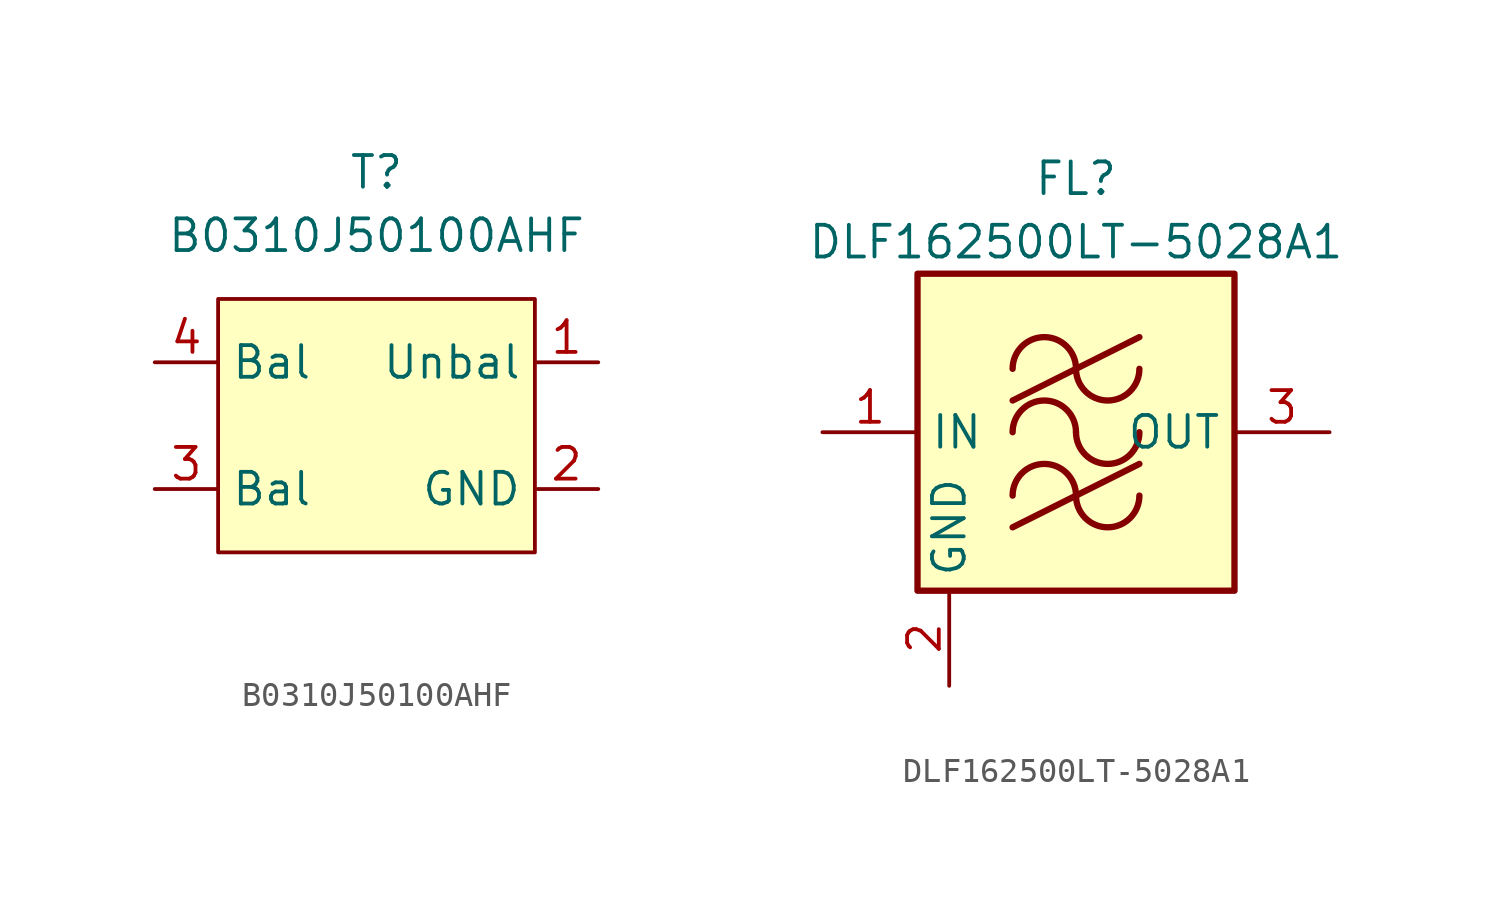
<source format=kicad_sym>
(kicad_symbol_lib
  (version 20231120)
  (generator "kicad_symbol_editor")
  (generator_version "8.0")
  (symbol "B0310J50100AHF"
    (property "Reference" "T"
      (at 0 10.16 0)
      (effects (font (size 1.27 1.27))))
    (property "Value" "B0310J50100AHF"
      (at 0 7.62 0)
      (effects (font (size 1.27 1.27))))
    (symbol "B0310J50100AHF_1_1"
      (rectangle (start -6.35 5.08) (end 6.35 -5.08) (stroke (width 0) (type default)) (fill (type background)))
      (pin bidirectional line (at 8.89 2.54 180) (length 2.54) (name "Unbal" (effects (font (size 1.27 1.27)))) (number "1" (effects (font (size 1.27 1.27)))))
      (pin bidirectional line (at 8.89 -2.54 180) (length 2.54) (name "GND" (effects (font (size 1.27 1.27)))) (number "2" (effects (font (size 1.27 1.27)))))
      (pin bidirectional line (at -8.89 -2.54 0) (length 2.54) (name "Bal" (effects (font (size 1.27 1.27)))) (number "3" (effects (font (size 1.27 1.27)))))
      (pin bidirectional line (at -8.89 2.54 0) (length 2.54) (name "Bal" (effects (font (size 1.27 1.27)))) (number "4" (effects (font (size 1.27 1.27)))))
      (pin bidirectional line (at 0 -7.62 90) (length 2.54) hide (name "DNC" (effects (font (size 1.27 1.27)))) (number "5" (effects (font (size 1.27 1.27)))))
      (pin bidirectional line (at 0 -7.62 90) (length 2.54) hide (name "NC" (effects (font (size 1.27 1.27)))) (number "6" (effects (font (size 1.27 1.27)))))))
  (symbol "DLF162500LT-5028A1"
    (property "Reference" "FL"
      (at 0 10.16 0)
      (effects (font (size 1.27 1.27))))
    (property "Value" "DLF162500LT-5028A1"
      (at 0 7.62 0)
      (effects (font (size 1.27 1.27))))
    (symbol "DLF162500LT-5028A1_1_1"
      (rectangle (start -6.35 6.35) (end 6.35 -6.35) (stroke (width 0.254) (type default)) (fill (type background)))
      (arc (start 0 -2.54) (mid -1.27 -1.2755) (end -2.54 -2.54) (stroke (width 0.254) (type default)) (fill (type none)))
      (arc (start 0 -2.54) (mid 1.27 -3.8045) (end 2.54 -2.54) (stroke (width 0.254) (type default)) (fill (type none)))
      (arc (start 0 0) (mid -1.27 1.2645) (end -2.54 0) (stroke (width 0.254) (type default)) (fill (type none)))
      (polyline (pts (xy -2.54 -3.81) (xy 2.54 -1.27)) (stroke (width 0.254) (type default)) (fill (type none)))
      (polyline (pts (xy -2.54 1.27) (xy 2.54 3.81)) (stroke (width 0.254) (type default)) (fill (type none)))
      (arc (start 0 0) (mid 1.27 -1.2645) (end 2.54 0) (stroke (width 0.254) (type default)) (fill (type none)))
      (arc (start 0 2.54) (mid -1.27 3.8045) (end -2.54 2.54) (stroke (width 0.254) (type default)) (fill (type none)))
      (arc (start 0 2.54) (mid 1.27 1.2755) (end 2.54 2.54) (stroke (width 0.254) (type default)) (fill (type none)))
      (pin input line (at -10.16 0 0) (length 3.81) (name "IN" (effects (font (size 1.27 1.27)))) (number "1" (effects (font (size 1.27 1.27)))))
      (pin power_in line (at -5.08 -10.16 90) (length 3.81) (name "GND" (effects (font (size 1.27 1.27)))) (number "2" (effects (font (size 1.27 1.27)))))
      (pin output line (at 10.16 0 180) (length 3.81) (name "OUT" (effects (font (size 1.27 1.27)))) (number "3" (effects (font (size 1.27 1.27)))))
      (pin passive line (at -5.08 -10.16 90) (length 3.81) hide (name "GND" (effects (font (size 1.27 1.27)))) (number "4" (effects (font (size 1.27 1.27))))))))
</source>
